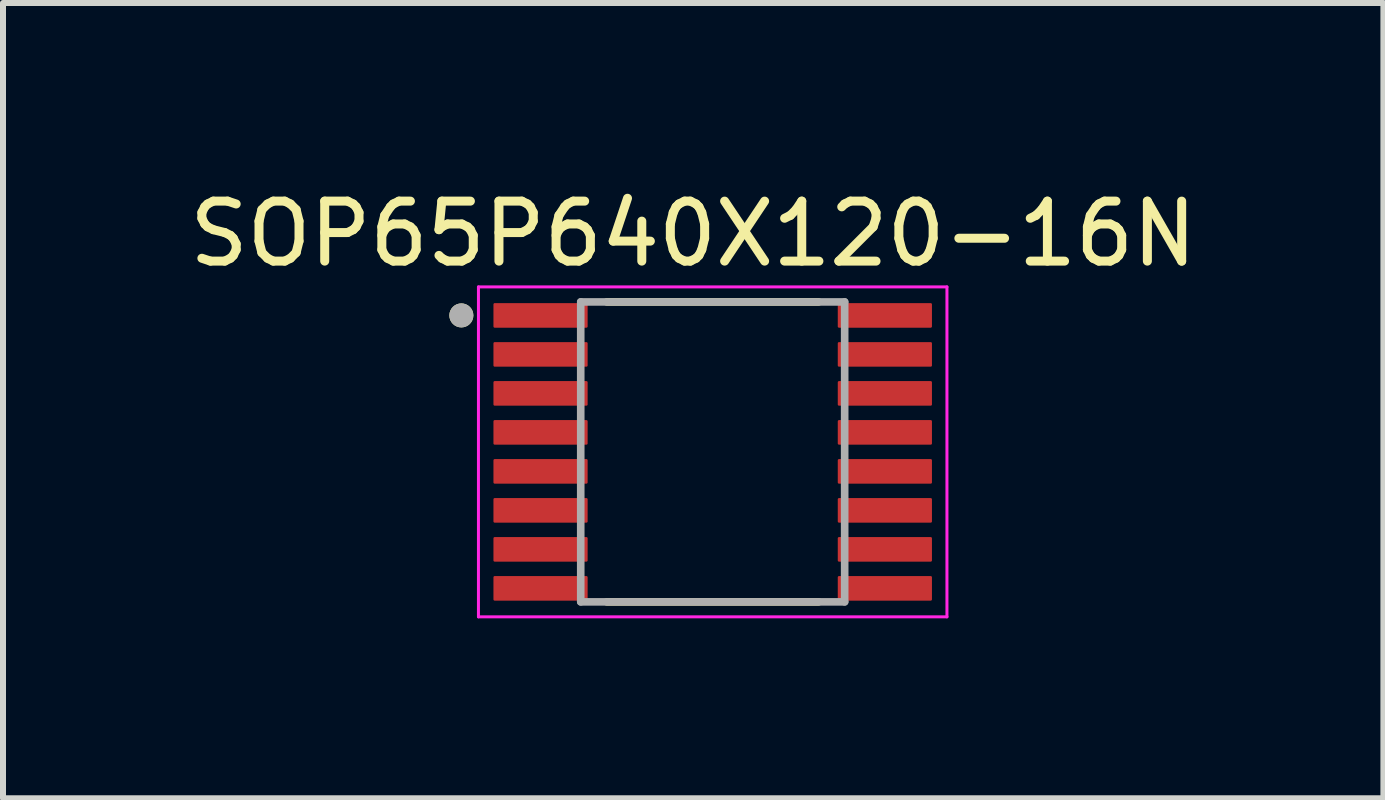
<source format=kicad_pcb>
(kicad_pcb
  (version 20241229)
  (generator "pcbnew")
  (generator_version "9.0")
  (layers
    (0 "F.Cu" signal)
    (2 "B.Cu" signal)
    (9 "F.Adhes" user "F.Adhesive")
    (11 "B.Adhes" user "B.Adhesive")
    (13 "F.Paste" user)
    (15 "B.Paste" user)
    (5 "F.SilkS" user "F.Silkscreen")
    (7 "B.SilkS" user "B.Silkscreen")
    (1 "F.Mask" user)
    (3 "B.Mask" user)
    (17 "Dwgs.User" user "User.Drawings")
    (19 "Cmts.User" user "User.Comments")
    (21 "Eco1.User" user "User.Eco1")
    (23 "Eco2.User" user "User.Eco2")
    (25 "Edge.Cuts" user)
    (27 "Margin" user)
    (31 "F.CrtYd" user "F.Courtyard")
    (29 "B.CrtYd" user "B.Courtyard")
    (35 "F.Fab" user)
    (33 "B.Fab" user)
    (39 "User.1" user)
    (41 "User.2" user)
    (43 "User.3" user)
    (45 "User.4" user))
  (footprint "SOP65P640X120-16N"
    (layer "F.Cu")
    (at 8.831 4.483)
    (property "Reference" "SOP65P640X120-16N" (at -0.325 -3.635 0) (layer "F.SilkS") (effects (font (size 1 1) (thickness 0.15))))
    (attr through_hole)
    (fp_line (start -1.765 -2.5) (end 1.765 -2.5) (stroke (width 0.127) (type solid)) (layer "F.SilkS"))
    (fp_line (start 1.765 2.5) (end -1.765 2.5) (stroke (width 0.127) (type solid)) (layer "F.SilkS"))
    (fp_circle (center -4.19 -2.275) (end -4.09 -2.275) (stroke (width 0.2) (type solid)) (fill no) (layer "F.SilkS"))
    (fp_line (start -3.905 -2.75) (end -3.905 2.75) (stroke (width 0.05) (type solid)) (layer "F.CrtYd"))
    (fp_line (start -3.905 -2.75) (end 3.905 -2.75) (stroke (width 0.05) (type solid)) (layer "F.CrtYd"))
    (fp_line (start -3.905 2.75) (end 3.905 2.75) (stroke (width 0.05) (type solid)) (layer "F.CrtYd"))
    (fp_line (start 3.905 -2.75) (end 3.905 2.75) (stroke (width 0.05) (type solid)) (layer "F.CrtYd"))
    (fp_line (start -2.2 -2.5) (end -2.2 2.5) (stroke (width 0.127) (type solid)) (layer "F.Fab"))
    (fp_line (start -2.2 -2.5) (end 2.2 -2.5) (stroke (width 0.127) (type solid)) (layer "F.Fab"))
    (fp_line (start -2.2 2.5) (end 2.2 2.5) (stroke (width 0.127) (type solid)) (layer "F.Fab"))
    (fp_line (start 2.2 -2.5) (end 2.2 2.5) (stroke (width 0.127) (type solid)) (layer "F.Fab"))
    (fp_circle (center -4.19 -2.275) (end -4.09 -2.275) (stroke (width 0.2) (type solid)) (fill no) (layer "F.Fab"))
    (pad "1" smd roundrect (at -2.87 -2.275) (size 1.57 0.41) (layers "F.Cu" "F.Mask" "F.Paste") (roundrect_rratio 0.05))
    (pad "2" smd roundrect (at -2.87 -1.625) (size 1.57 0.41) (layers "F.Cu" "F.Mask" "F.Paste") (roundrect_rratio 0.05))
    (pad "3" smd roundrect (at -2.87 -0.975) (size 1.57 0.41) (layers "F.Cu" "F.Mask" "F.Paste") (roundrect_rratio 0.05))
    (pad "4" smd roundrect (at -2.87 -0.325) (size 1.57 0.41) (layers "F.Cu" "F.Mask" "F.Paste") (roundrect_rratio 0.05))
    (pad "5" smd roundrect (at -2.87 0.325) (size 1.57 0.41) (layers "F.Cu" "F.Mask" "F.Paste") (roundrect_rratio 0.05))
    (pad "6" smd roundrect (at -2.87 0.975) (size 1.57 0.41) (layers "F.Cu" "F.Mask" "F.Paste") (roundrect_rratio 0.05))
    (pad "7" smd roundrect (at -2.87 1.625) (size 1.57 0.41) (layers "F.Cu" "F.Mask" "F.Paste") (roundrect_rratio 0.05))
    (pad "8" smd roundrect (at -2.87 2.275) (size 1.57 0.41) (layers "F.Cu" "F.Mask" "F.Paste") (roundrect_rratio 0.05))
    (pad "9" smd roundrect (at 2.87 2.275) (size 1.57 0.41) (layers "F.Cu" "F.Mask" "F.Paste") (roundrect_rratio 0.05))
    (pad "10" smd roundrect (at 2.87 1.625) (size 1.57 0.41) (layers "F.Cu" "F.Mask" "F.Paste") (roundrect_rratio 0.05))
    (pad "11" smd roundrect (at 2.87 0.975) (size 1.57 0.41) (layers "F.Cu" "F.Mask" "F.Paste") (roundrect_rratio 0.05))
    (pad "12" smd roundrect (at 2.87 0.325) (size 1.57 0.41) (layers "F.Cu" "F.Mask" "F.Paste") (roundrect_rratio 0.05))
    (pad "13" smd roundrect (at 2.87 -0.325) (size 1.57 0.41) (layers "F.Cu" "F.Mask" "F.Paste") (roundrect_rratio 0.05))
    (pad "14" smd roundrect (at 2.87 -0.975) (size 1.57 0.41) (layers "F.Cu" "F.Mask" "F.Paste") (roundrect_rratio 0.05))
    (pad "15" smd roundrect (at 2.87 -1.625) (size 1.57 0.41) (layers "F.Cu" "F.Mask" "F.Paste") (roundrect_rratio 0.05))
    (pad "16" smd roundrect (at 2.87 -2.275) (size 1.57 0.41) (layers "F.Cu" "F.Mask" "F.Paste") (roundrect_rratio 0.05)))
  (gr_rect
    (start -3 -3)
    (end 20.012 10.258)
    (stroke (width 0.1) (type default))
    (fill no)
    (layer "Edge.Cuts")))
</source>
